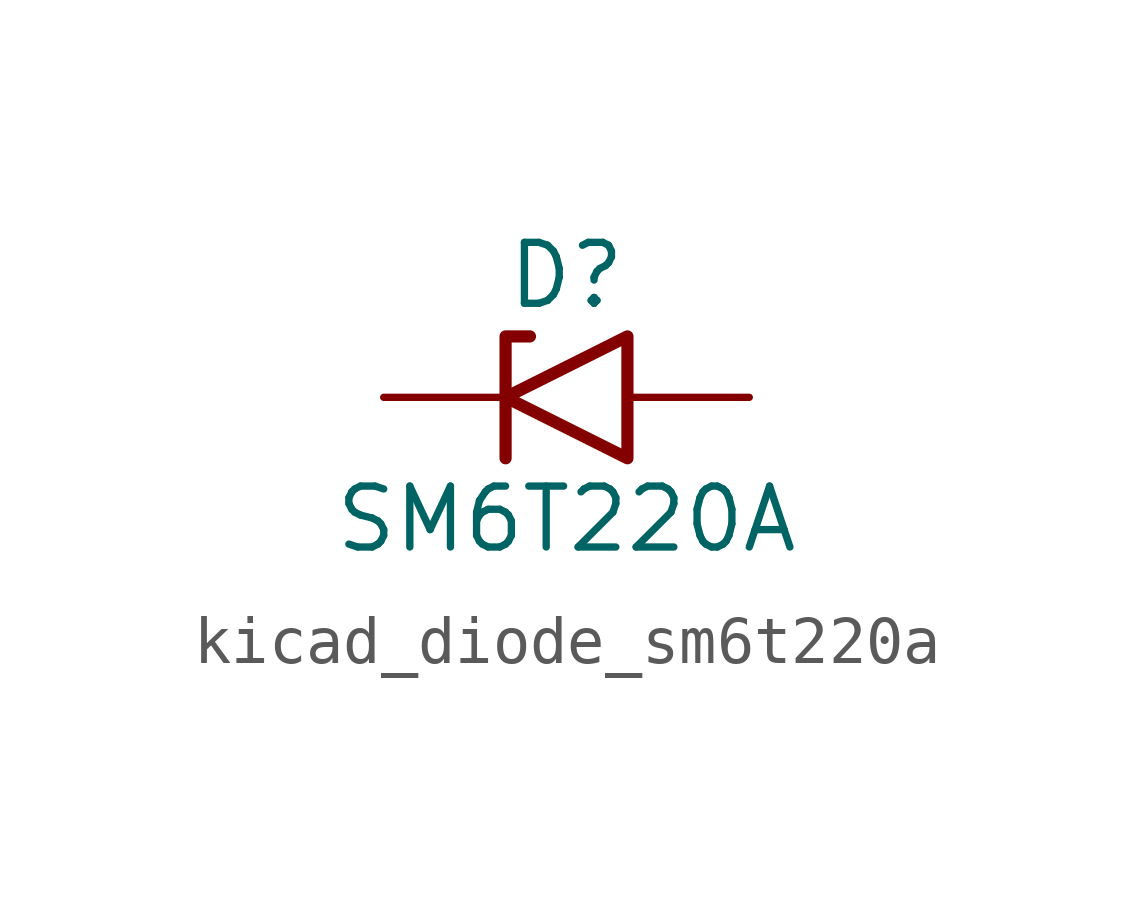
<source format=kicad_sym>
(kicad_symbol_lib
  (version 20220914)
  (generator kicad_symbol_editor)
  (symbol "kicad_diode_sm6t220a"
    (pin_numbers hide)
    (pin_names
      (offset 1.016) hide)
    (property "Reference" "D"
      (at 0 2.54 0)
      (effects (font (size 1.27 1.27))))
    (property "Value" "SM6T220A"
      (at 0 -2.54 0)
      (effects (font (size 1.27 1.27))))
    (symbol "kicad_diode_sm6t220a_0_1"
      (polyline (pts (xy -0.762 1.27) (xy -1.27 1.27) (xy -1.27 -1.27)) (stroke (width 0.254) (type default)) (fill (type none)))
      (polyline (pts (xy 1.27 1.27) (xy 1.27 -1.27) (xy -1.27 0) (xy 1.27 1.27)) (stroke (width 0.254) (type default)) (fill (type none))))
    (symbol "kicad_diode_sm6t220a_1_1"
      (pin passive line (at -3.81 0 0) (length 2.54) (name "A1" (effects (font (size 1.27 1.27)))) (number "1" (effects (font (size 1.27 1.27)))))
      (pin passive line (at 3.81 0 180) (length 2.54) (name "A2" (effects (font (size 1.27 1.27)))) (number "2" (effects (font (size 1.27 1.27))))))))
</source>
